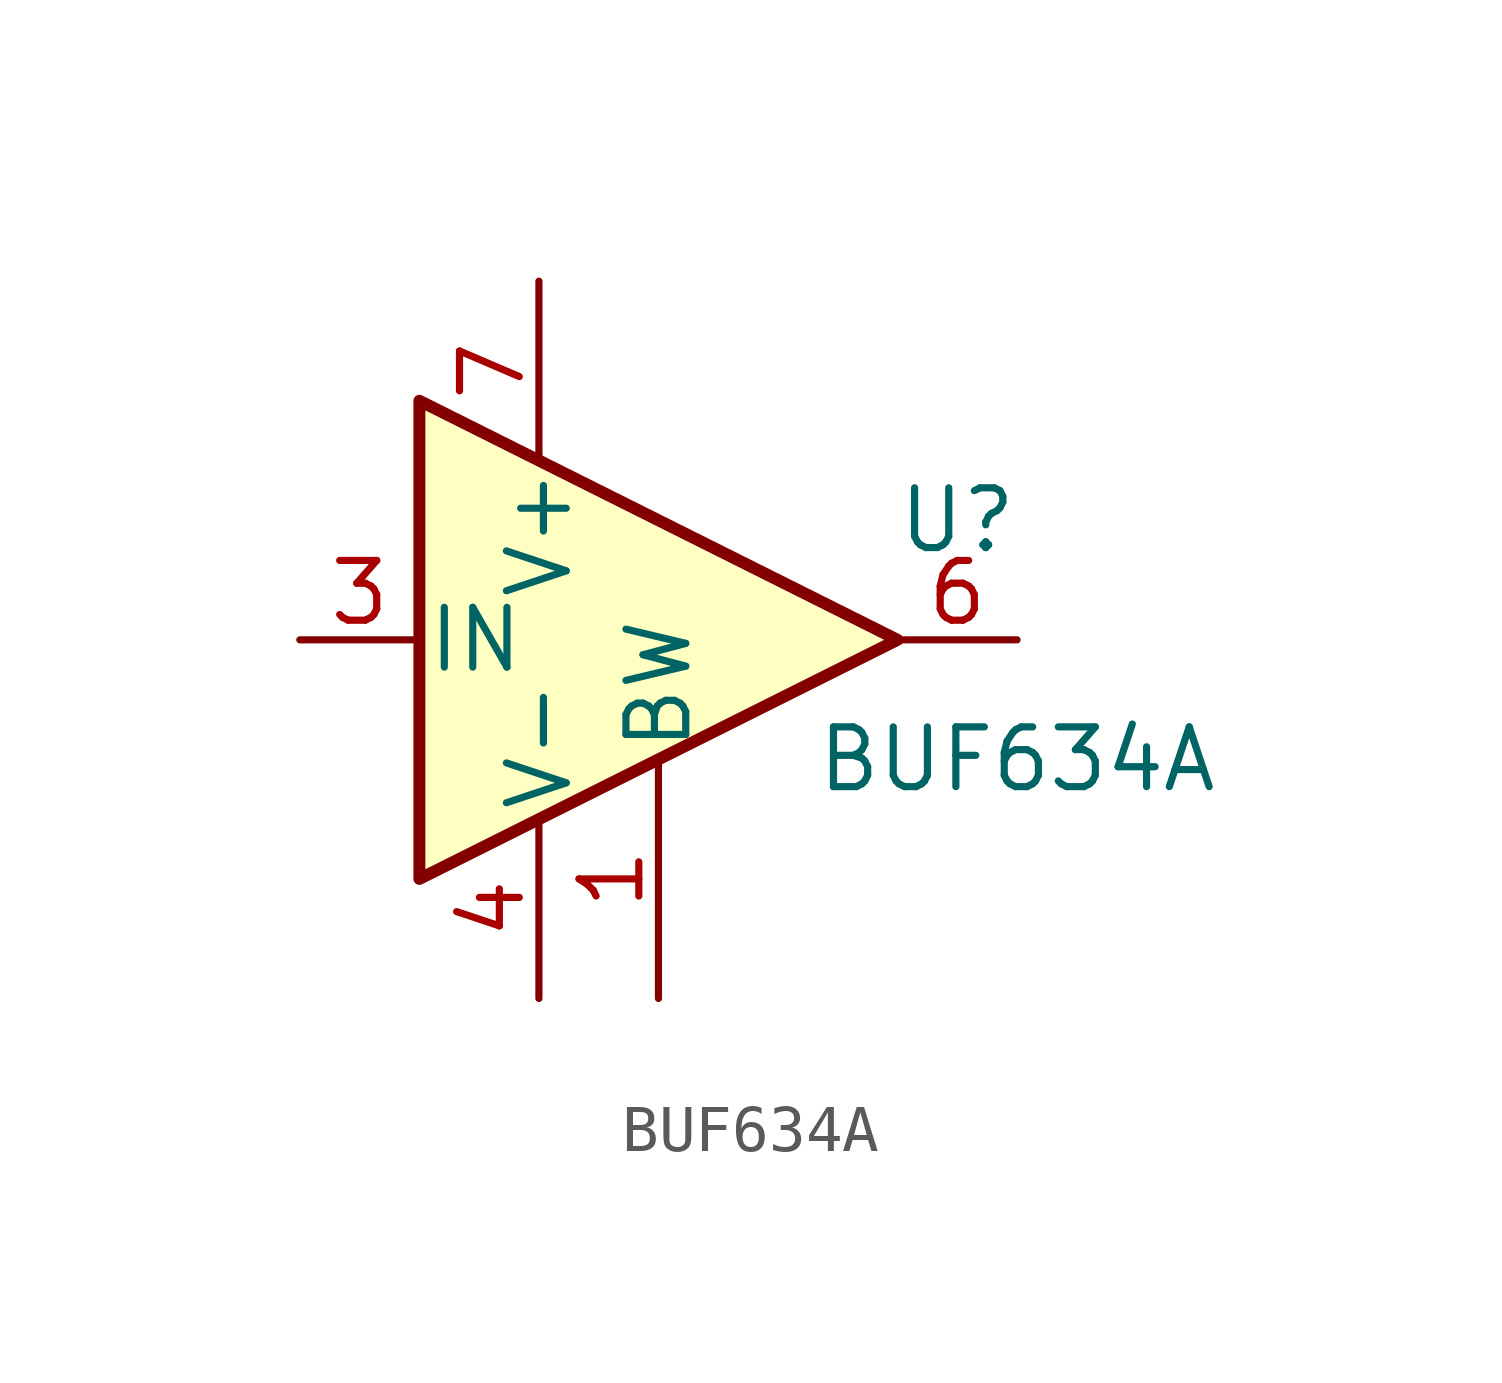
<source format=kicad_sym>
(kicad_symbol_lib
  (version 20220914)
  (generator kicad_symbol_editor)
  (symbol "BUF634A"
    (pin_names
      (offset 0.127))
    (property "Reference" "U"
      (at 6.35 2.54 0)
      (effects (font (size 1.27 1.27))))
    (property "Value" "BUF634A"
      (at 7.62 -2.54 0)
      (effects (font (size 1.27 1.27))))
    (symbol "BUF634A_0_1"
      (polyline (pts (xy 5.08 0) (xy -5.08 5.08) (xy -5.08 -5.08) (xy 5.08 0)) (stroke (width 0.254) (type default)) (fill (type background))))
    (symbol "BUF634A_1_1"
      (pin output line (at 0 -7.62 90) (length 5.08) (name "BW" (effects (font (size 1.27 1.27)))) (number "1" (effects (font (size 1.27 1.27)))))
      (pin no_connect line (at -7.62 2.54 0) (length 2.54) hide (name "NC" (effects (font (size 1.27 1.27)))) (number "2" (effects (font (size 1.27 1.27)))))
      (pin input line (at -7.62 0 0) (length 2.54) (name "IN" (effects (font (size 1.27 1.27)))) (number "3" (effects (font (size 1.27 1.27)))))
      (pin power_in line (at -2.54 -7.62 90) (length 3.81) (name "V-" (effects (font (size 1.27 1.27)))) (number "4" (effects (font (size 1.27 1.27)))))
      (pin no_connect line (at -7.62 3.81 0) (length 2.54) hide (name "NC" (effects (font (size 1.27 1.27)))) (number "5" (effects (font (size 1.27 1.27)))))
      (pin power_out line (at 7.62 0 180) (length 2.54) (name "~" (effects (font (size 1.27 1.27)))) (number "6" (effects (font (size 1.27 1.27)))))
      (pin power_in line (at -2.54 7.62 270) (length 3.81) (name "V+" (effects (font (size 1.27 1.27)))) (number "7" (effects (font (size 1.27 1.27)))))
      (pin no_connect line (at -7.62 5.08 0) (length 2.54) hide (name "NC" (effects (font (size 1.27 1.27)))) (number "8" (effects (font (size 1.27 1.27))))))))
</source>
